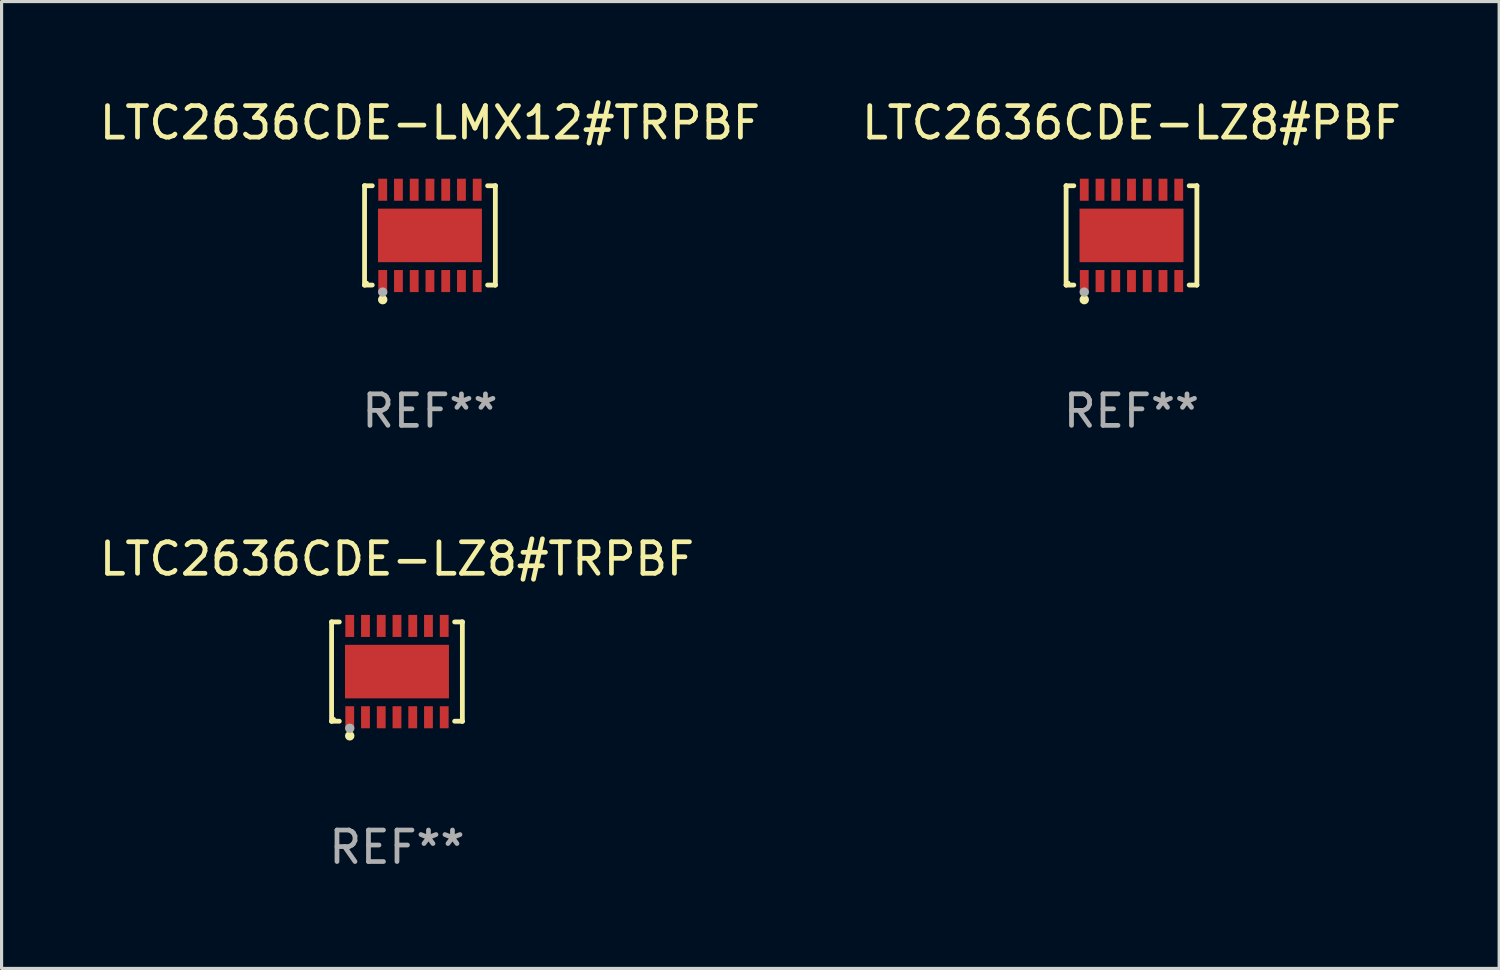
<source format=kicad_pcb>
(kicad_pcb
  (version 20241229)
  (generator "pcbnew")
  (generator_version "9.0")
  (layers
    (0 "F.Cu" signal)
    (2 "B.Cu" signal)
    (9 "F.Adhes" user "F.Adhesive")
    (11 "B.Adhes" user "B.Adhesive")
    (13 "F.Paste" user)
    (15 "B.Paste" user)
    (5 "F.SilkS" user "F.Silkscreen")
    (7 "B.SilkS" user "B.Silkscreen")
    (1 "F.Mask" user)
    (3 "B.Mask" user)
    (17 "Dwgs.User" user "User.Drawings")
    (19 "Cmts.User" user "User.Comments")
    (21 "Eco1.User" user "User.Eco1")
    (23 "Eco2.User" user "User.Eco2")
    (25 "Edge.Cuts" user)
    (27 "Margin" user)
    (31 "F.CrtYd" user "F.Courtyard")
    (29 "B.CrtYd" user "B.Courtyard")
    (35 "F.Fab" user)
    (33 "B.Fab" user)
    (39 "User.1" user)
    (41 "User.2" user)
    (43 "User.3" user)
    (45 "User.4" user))
  (footprint "LTC2636CDE-LZ8#TRPBF"
    (layer "F.Cu")
    (at 9.554 18.273)
    (property "Reference" "LTC2636CDE-LZ8#TRPBF" (at 0 -3.576 0) (layer "F.SilkS") (effects (font (size 1 1) (thickness 0.15))))
    (attr through_hole)
    (fp_line (start -2.076 -1.576) (end -2.076 -1.576) (stroke (width 0.152) (type solid)) (layer "F.SilkS"))
    (fp_line (start -2.076 -1.576) (end -1.831 -1.576) (stroke (width 0.152) (type solid)) (layer "F.SilkS"))
    (fp_line (start -2.076 1.576) (end -2.076 -1.576) (stroke (width 0.152) (type solid)) (layer "F.SilkS"))
    (fp_line (start -2.076 1.576) (end -2.076 1.576) (stroke (width 0.152) (type solid)) (layer "F.SilkS"))
    (fp_line (start -1.831 1.576) (end -2.076 1.576) (stroke (width 0.152) (type solid)) (layer "F.SilkS"))
    (fp_line (start 1.831 1.576) (end 2.076 1.576) (stroke (width 0.152) (type solid)) (layer "F.SilkS"))
    (fp_line (start 2.076 -1.576) (end 1.831 -1.576) (stroke (width 0.152) (type solid)) (layer "F.SilkS"))
    (fp_line (start 2.076 -1.576) (end 2.076 -1.576) (stroke (width 0.152) (type solid)) (layer "F.SilkS"))
    (fp_line (start 2.076 1.576) (end 2.076 -1.576) (stroke (width 0.152) (type solid)) (layer "F.SilkS"))
    (fp_line (start 2.076 1.576) (end 2.076 1.576) (stroke (width 0.152) (type solid)) (layer "F.SilkS"))
    (fp_circle (center -2 1.5) (end -1.97 1.5) (stroke (width 0.06) (type solid)) (fill no) (layer "F.SilkS"))
    (fp_circle (center -1.5 2.04) (end -1.425 2.04) (stroke (width 0.15) (type solid)) (fill no) (layer "F.SilkS"))
    (fp_circle (center -1.5 1.8) (end -1.425 1.8) (stroke (width 0.15) (type solid)) (fill no) (layer "F.Fab"))
    (fp_text user "REF**" (at 0 5.576 0) (layer "F.Fab") (effects (font (size 1 1) (thickness 0.15))))
    (pad "1" smd rect (at -1.5 1.45) (size 0.28 0.7) (layers "F.Cu" "F.Mask" "F.Paste"))
    (pad "2" smd rect (at -1 1.45) (size 0.28 0.7) (layers "F.Cu" "F.Mask" "F.Paste"))
    (pad "3" smd rect (at -0.5 1.45) (size 0.28 0.7) (layers "F.Cu" "F.Mask" "F.Paste"))
    (pad "4" smd rect (at 0 1.45) (size 0.28 0.7) (layers "F.Cu" "F.Mask" "F.Paste"))
    (pad "5" smd rect (at 0.5 1.45) (size 0.28 0.7) (layers "F.Cu" "F.Mask" "F.Paste"))
    (pad "6" smd rect (at 1 1.45) (size 0.28 0.7) (layers "F.Cu" "F.Mask" "F.Paste"))
    (pad "7" smd rect (at 1.5 1.45) (size 0.28 0.7) (layers "F.Cu" "F.Mask" "F.Paste"))
    (pad "8" smd rect (at 1.5 -1.45) (size 0.28 0.7) (layers "F.Cu" "F.Mask" "F.Paste"))
    (pad "9" smd rect (at 1 -1.45) (size 0.28 0.7) (layers "F.Cu" "F.Mask" "F.Paste"))
    (pad "10" smd rect (at 0.5 -1.45) (size 0.28 0.7) (layers "F.Cu" "F.Mask" "F.Paste"))
    (pad "11" smd rect (at 0 -1.45) (size 0.28 0.7) (layers "F.Cu" "F.Mask" "F.Paste"))
    (pad "12" smd rect (at -0.5 -1.45) (size 0.28 0.7) (layers "F.Cu" "F.Mask" "F.Paste"))
    (pad "13" smd rect (at -1 -1.45) (size 0.28 0.7) (layers "F.Cu" "F.Mask" "F.Paste"))
    (pad "14" smd rect (at -1.5 -1.45) (size 0.28 0.7) (layers "F.Cu" "F.Mask" "F.Paste"))
    (pad "15" smd rect (at 0 0) (size 3.3 1.7) (layers "F.Cu" "F.Mask" "F.Paste")))
  (footprint "LTC2636CDE-LZ8#PBF"
    (layer "F.Cu")
    (at 32.875 4.424)
    (property "Reference" "LTC2636CDE-LZ8#PBF" (at 0 -3.576 0) (layer "F.SilkS") (effects (font (size 1 1) (thickness 0.15))))
    (attr through_hole)
    (fp_line (start -2.076 -1.576) (end -2.076 -1.576) (stroke (width 0.152) (type solid)) (layer "F.SilkS"))
    (fp_line (start -2.076 -1.576) (end -1.831 -1.576) (stroke (width 0.152) (type solid)) (layer "F.SilkS"))
    (fp_line (start -2.076 1.576) (end -2.076 -1.576) (stroke (width 0.152) (type solid)) (layer "F.SilkS"))
    (fp_line (start -2.076 1.576) (end -2.076 1.576) (stroke (width 0.152) (type solid)) (layer "F.SilkS"))
    (fp_line (start -1.831 1.576) (end -2.076 1.576) (stroke (width 0.152) (type solid)) (layer "F.SilkS"))
    (fp_line (start 1.831 1.576) (end 2.076 1.576) (stroke (width 0.152) (type solid)) (layer "F.SilkS"))
    (fp_line (start 2.076 -1.576) (end 1.831 -1.576) (stroke (width 0.152) (type solid)) (layer "F.SilkS"))
    (fp_line (start 2.076 -1.576) (end 2.076 -1.576) (stroke (width 0.152) (type solid)) (layer "F.SilkS"))
    (fp_line (start 2.076 1.576) (end 2.076 -1.576) (stroke (width 0.152) (type solid)) (layer "F.SilkS"))
    (fp_line (start 2.076 1.576) (end 2.076 1.576) (stroke (width 0.152) (type solid)) (layer "F.SilkS"))
    (fp_circle (center -2 1.5) (end -1.97 1.5) (stroke (width 0.06) (type solid)) (fill no) (layer "F.SilkS"))
    (fp_circle (center -1.5 2.04) (end -1.425 2.04) (stroke (width 0.15) (type solid)) (fill no) (layer "F.SilkS"))
    (fp_circle (center -1.5 1.8) (end -1.425 1.8) (stroke (width 0.15) (type solid)) (fill no) (layer "F.Fab"))
    (fp_text user "REF**" (at 0 5.576 0) (layer "F.Fab") (effects (font (size 1 1) (thickness 0.15))))
    (pad "1" smd rect (at -1.5 1.45) (size 0.28 0.7) (layers "F.Cu" "F.Mask" "F.Paste"))
    (pad "2" smd rect (at -1 1.45) (size 0.28 0.7) (layers "F.Cu" "F.Mask" "F.Paste"))
    (pad "3" smd rect (at -0.5 1.45) (size 0.28 0.7) (layers "F.Cu" "F.Mask" "F.Paste"))
    (pad "4" smd rect (at 0 1.45) (size 0.28 0.7) (layers "F.Cu" "F.Mask" "F.Paste"))
    (pad "5" smd rect (at 0.5 1.45) (size 0.28 0.7) (layers "F.Cu" "F.Mask" "F.Paste"))
    (pad "6" smd rect (at 1 1.45) (size 0.28 0.7) (layers "F.Cu" "F.Mask" "F.Paste"))
    (pad "7" smd rect (at 1.5 1.45) (size 0.28 0.7) (layers "F.Cu" "F.Mask" "F.Paste"))
    (pad "8" smd rect (at 1.5 -1.45) (size 0.28 0.7) (layers "F.Cu" "F.Mask" "F.Paste"))
    (pad "9" smd rect (at 1 -1.45) (size 0.28 0.7) (layers "F.Cu" "F.Mask" "F.Paste"))
    (pad "10" smd rect (at 0.5 -1.45) (size 0.28 0.7) (layers "F.Cu" "F.Mask" "F.Paste"))
    (pad "11" smd rect (at 0 -1.45) (size 0.28 0.7) (layers "F.Cu" "F.Mask" "F.Paste"))
    (pad "12" smd rect (at -0.5 -1.45) (size 0.28 0.7) (layers "F.Cu" "F.Mask" "F.Paste"))
    (pad "13" smd rect (at -1 -1.45) (size 0.28 0.7) (layers "F.Cu" "F.Mask" "F.Paste"))
    (pad "14" smd rect (at -1.5 -1.45) (size 0.28 0.7) (layers "F.Cu" "F.Mask" "F.Paste"))
    (pad "15" smd rect (at 0 0) (size 3.3 1.7) (layers "F.Cu" "F.Mask" "F.Paste")))
  (footprint "LTC2636CDE-LMX12#TRPBF"
    (layer "F.Cu")
    (at 10.601 4.424)
    (property "Reference" "LTC2636CDE-LMX12#TRPBF" (at 0 -3.576 0) (layer "F.SilkS") (effects (font (size 1 1) (thickness 0.15))))
    (attr through_hole)
    (fp_line (start -2.076 -1.576) (end -2.076 -1.576) (stroke (width 0.152) (type solid)) (layer "F.SilkS"))
    (fp_line (start -2.076 -1.576) (end -1.831 -1.576) (stroke (width 0.152) (type solid)) (layer "F.SilkS"))
    (fp_line (start -2.076 1.576) (end -2.076 -1.576) (stroke (width 0.152) (type solid)) (layer "F.SilkS"))
    (fp_line (start -2.076 1.576) (end -2.076 1.576) (stroke (width 0.152) (type solid)) (layer "F.SilkS"))
    (fp_line (start -1.831 1.576) (end -2.076 1.576) (stroke (width 0.152) (type solid)) (layer "F.SilkS"))
    (fp_line (start 1.831 1.576) (end 2.076 1.576) (stroke (width 0.152) (type solid)) (layer "F.SilkS"))
    (fp_line (start 2.076 -1.576) (end 1.831 -1.576) (stroke (width 0.152) (type solid)) (layer "F.SilkS"))
    (fp_line (start 2.076 -1.576) (end 2.076 -1.576) (stroke (width 0.152) (type solid)) (layer "F.SilkS"))
    (fp_line (start 2.076 1.576) (end 2.076 -1.576) (stroke (width 0.152) (type solid)) (layer "F.SilkS"))
    (fp_line (start 2.076 1.576) (end 2.076 1.576) (stroke (width 0.152) (type solid)) (layer "F.SilkS"))
    (fp_circle (center -2 1.5) (end -1.97 1.5) (stroke (width 0.06) (type solid)) (fill no) (layer "F.SilkS"))
    (fp_circle (center -1.5 2.04) (end -1.425 2.04) (stroke (width 0.15) (type solid)) (fill no) (layer "F.SilkS"))
    (fp_circle (center -1.5 1.8) (end -1.425 1.8) (stroke (width 0.15) (type solid)) (fill no) (layer "F.Fab"))
    (fp_text user "REF**" (at 0 5.576 0) (layer "F.Fab") (effects (font (size 1 1) (thickness 0.15))))
    (pad "1" smd rect (at -1.5 1.45) (size 0.28 0.7) (layers "F.Cu" "F.Mask" "F.Paste"))
    (pad "2" smd rect (at -1 1.45) (size 0.28 0.7) (layers "F.Cu" "F.Mask" "F.Paste"))
    (pad "3" smd rect (at -0.5 1.45) (size 0.28 0.7) (layers "F.Cu" "F.Mask" "F.Paste"))
    (pad "4" smd rect (at 0 1.45) (size 0.28 0.7) (layers "F.Cu" "F.Mask" "F.Paste"))
    (pad "5" smd rect (at 0.5 1.45) (size 0.28 0.7) (layers "F.Cu" "F.Mask" "F.Paste"))
    (pad "6" smd rect (at 1 1.45) (size 0.28 0.7) (layers "F.Cu" "F.Mask" "F.Paste"))
    (pad "7" smd rect (at 1.5 1.45) (size 0.28 0.7) (layers "F.Cu" "F.Mask" "F.Paste"))
    (pad "8" smd rect (at 1.5 -1.45) (size 0.28 0.7) (layers "F.Cu" "F.Mask" "F.Paste"))
    (pad "9" smd rect (at 1 -1.45) (size 0.28 0.7) (layers "F.Cu" "F.Mask" "F.Paste"))
    (pad "10" smd rect (at 0.5 -1.45) (size 0.28 0.7) (layers "F.Cu" "F.Mask" "F.Paste"))
    (pad "11" smd rect (at 0 -1.45) (size 0.28 0.7) (layers "F.Cu" "F.Mask" "F.Paste"))
    (pad "12" smd rect (at -0.5 -1.45) (size 0.28 0.7) (layers "F.Cu" "F.Mask" "F.Paste"))
    (pad "13" smd rect (at -1 -1.45) (size 0.28 0.7) (layers "F.Cu" "F.Mask" "F.Paste"))
    (pad "14" smd rect (at -1.5 -1.45) (size 0.28 0.7) (layers "F.Cu" "F.Mask" "F.Paste"))
    (pad "15" smd rect (at 0 0) (size 3.3 1.7) (layers "F.Cu" "F.Mask" "F.Paste")))
  (gr_rect
    (start -3 -3)
    (end 44.548 27.698)
    (stroke (width 0.1) (type default))
    (fill no)
    (layer "Edge.Cuts")))
</source>
